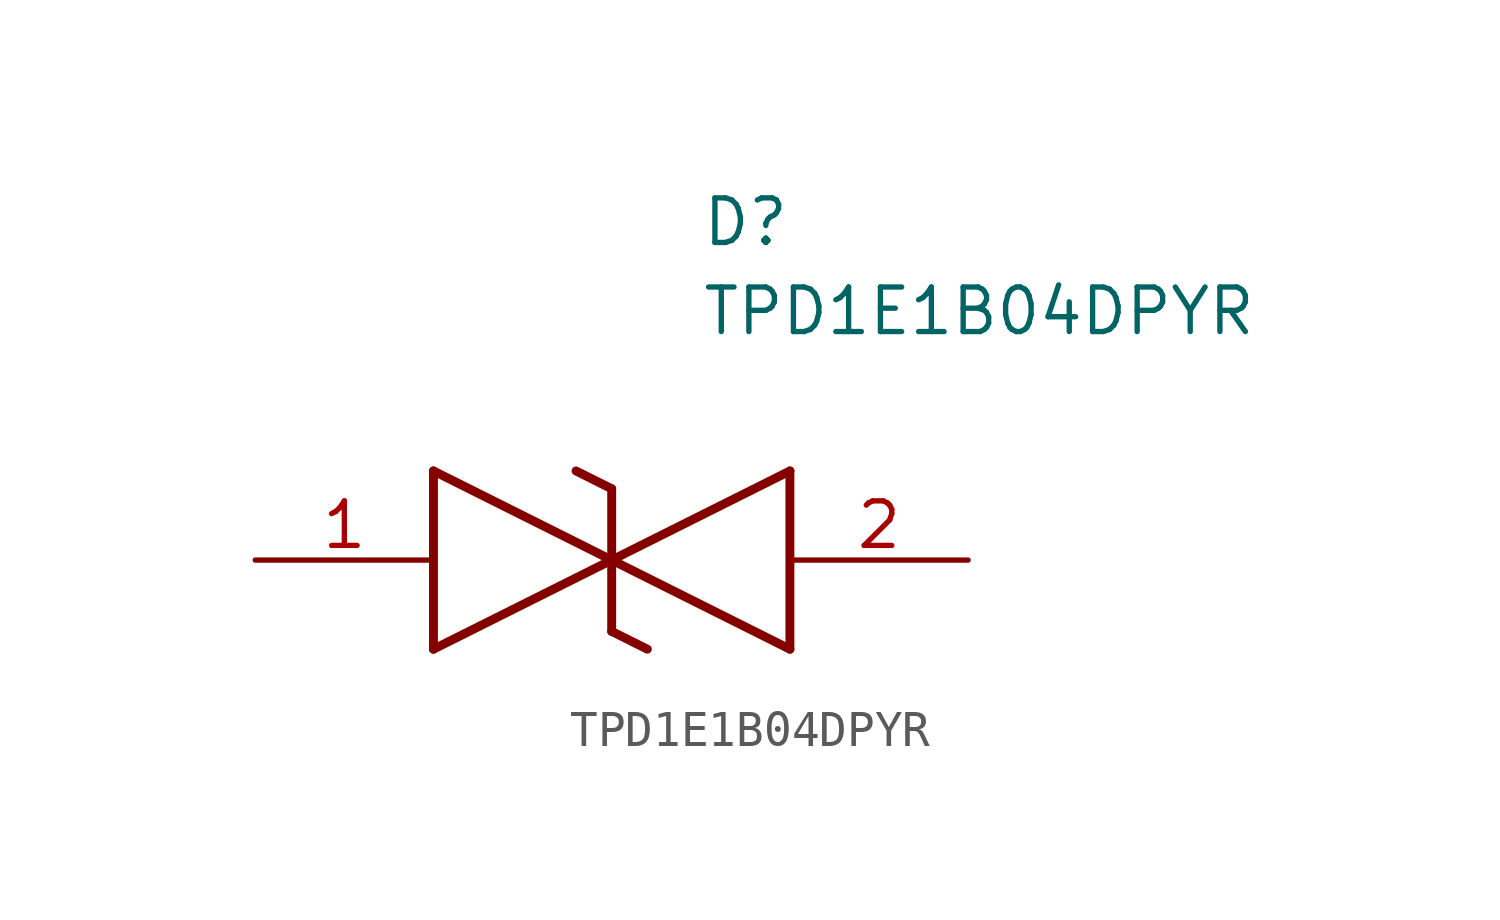
<source format=kicad_sym>
(kicad_symbol_lib
  (version 20211014)
  (generator SamacSys_ECAD_Model)
  (symbol "TPD1E1B04DPYR"
    (pin_names hide)
    (property "Reference" "D"
      (at 12.7 8.89 0)
      (effects (font (size 1.27 1.27)) (justify left bottom)))
    (property "Value" "TPD1E1B04DPYR"
      (at 12.7 6.35 0)
      (effects (font (size 1.27 1.27)) (justify left bottom)))
    (polyline
      (pts (xy 10.16 0) (xy 5.08 -2.54))
      (stroke (width 0.254) (type default))
      (fill (type none)))
    (polyline
      (pts (xy 5.08 2.54) (xy 5.08 -2.54))
      (stroke (width 0.254) (type default))
      (fill (type none)))
    (polyline
      (pts (xy 5.08 2.54) (xy 10.16 0))
      (stroke (width 0.254) (type default))
      (fill (type none)))
    (polyline
      (pts (xy 10.16 0) (xy 15.24 -2.54))
      (stroke (width 0.254) (type default))
      (fill (type none)))
    (polyline
      (pts (xy 15.24 2.54) (xy 15.24 -2.54))
      (stroke (width 0.254) (type default))
      (fill (type none)))
    (polyline
      (pts (xy 15.24 2.54) (xy 10.16 0))
      (stroke (width 0.254) (type default))
      (fill (type none)))
    (polyline
      (pts (xy 10.16 -2.032) (xy 10.16 2.032))
      (stroke (width 0.254) (type default))
      (fill (type none)))
    (polyline
      (pts (xy 9.144 2.54) (xy 10.16 2.032))
      (stroke (width 0.254) (type default))
      (fill (type none)))
    (polyline
      (pts (xy 10.16 -2.032) (xy 11.176 -2.54))
      (stroke (width 0.254) (type default))
      (fill (type none)))
    (pin passive line
      (at 0 0 0)
      (length 5.08)
      (name "1" (effects (font (size 1.27 1.27))))
      (number "1" (effects (font (size 1.27 1.27)))))
    (pin passive line
      (at 20.32 0 180)
      (length 5.08)
      (name "2" (effects (font (size 1.27 1.27))))
      (number "2" (effects (font (size 1.27 1.27)))))))
</source>
